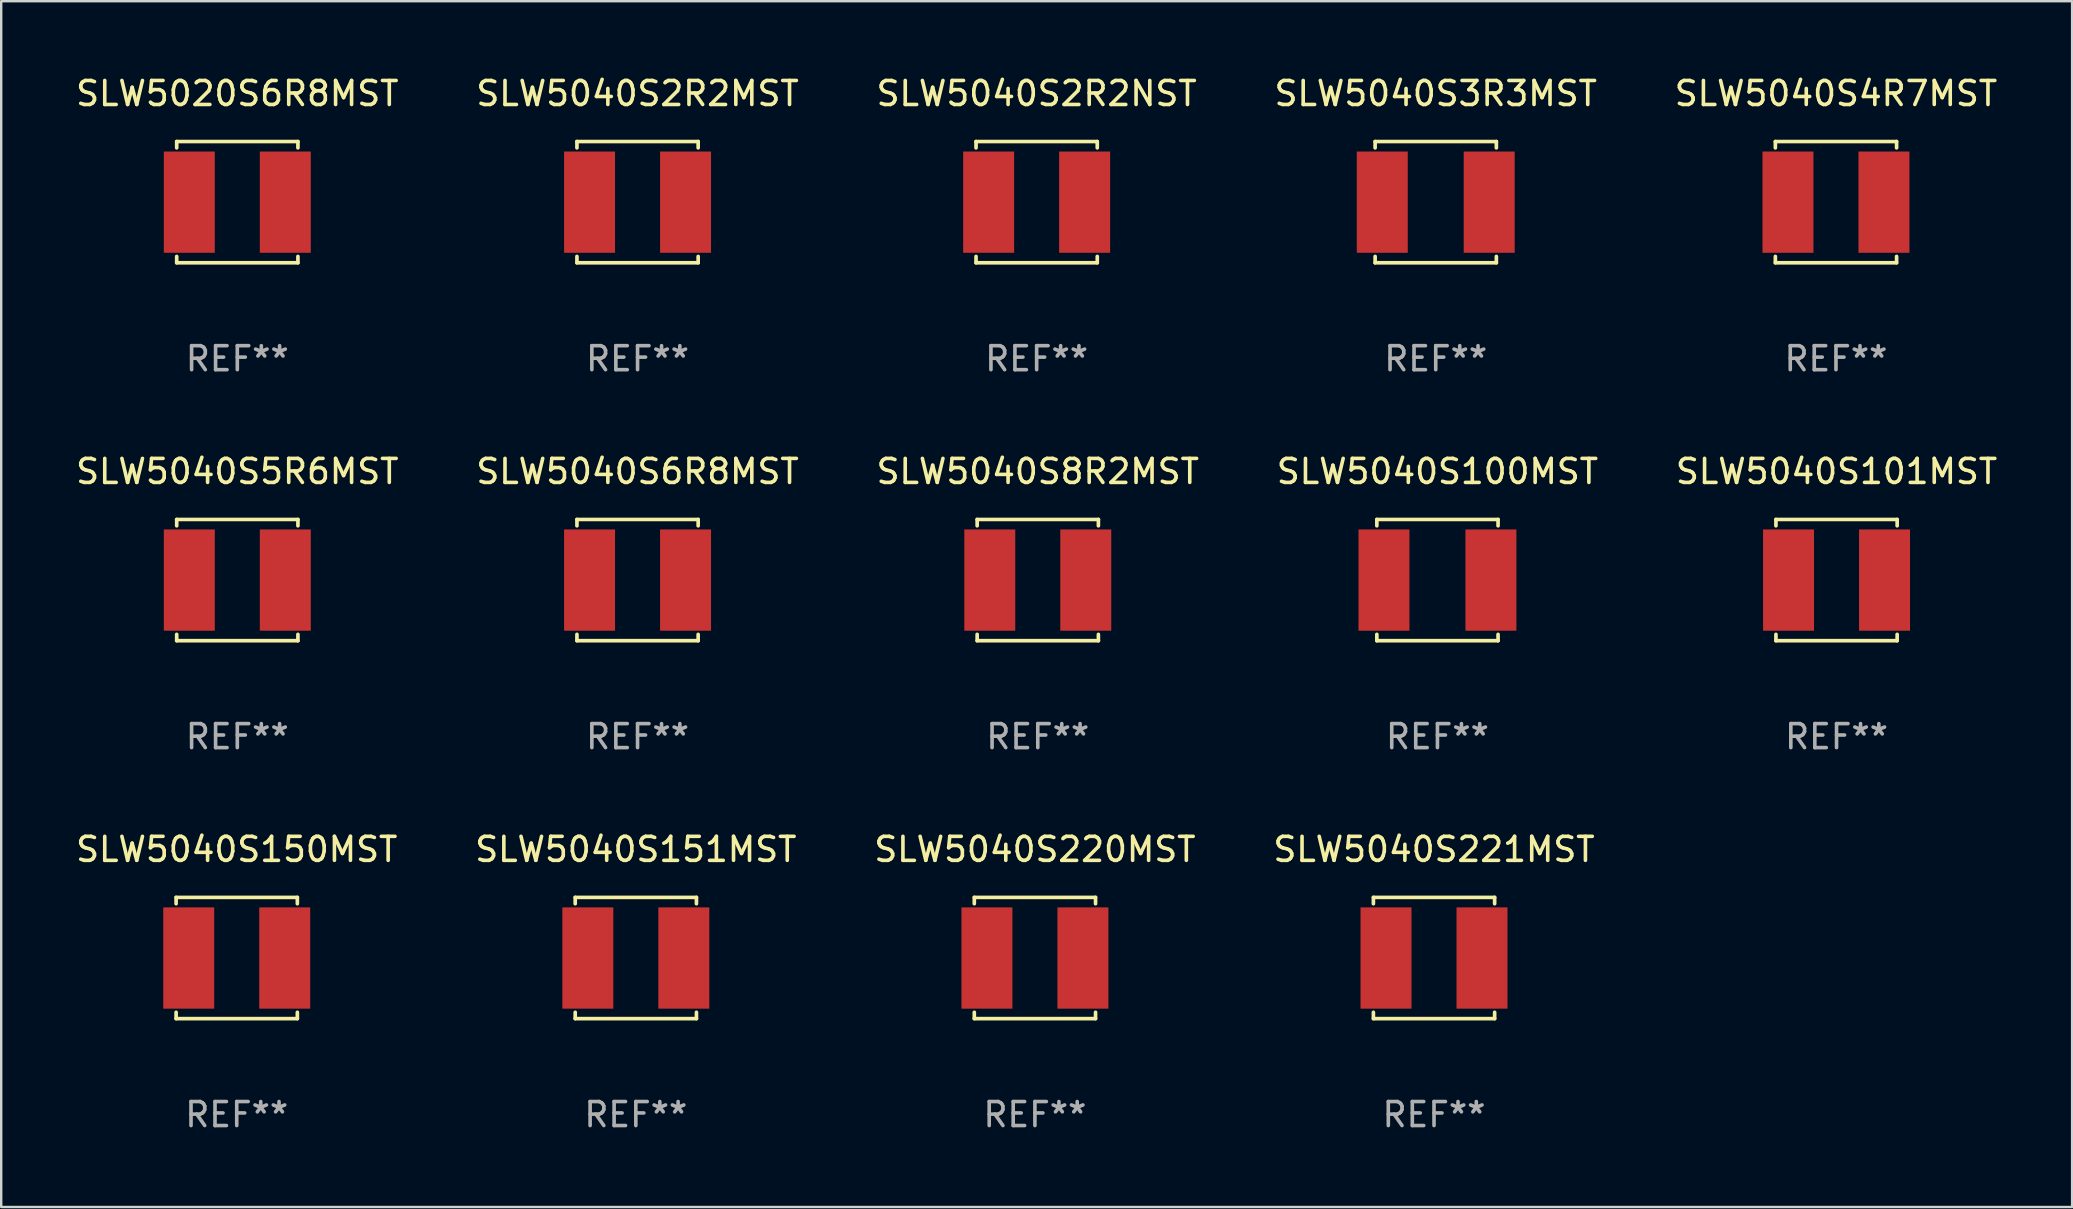
<source format=kicad_pcb>
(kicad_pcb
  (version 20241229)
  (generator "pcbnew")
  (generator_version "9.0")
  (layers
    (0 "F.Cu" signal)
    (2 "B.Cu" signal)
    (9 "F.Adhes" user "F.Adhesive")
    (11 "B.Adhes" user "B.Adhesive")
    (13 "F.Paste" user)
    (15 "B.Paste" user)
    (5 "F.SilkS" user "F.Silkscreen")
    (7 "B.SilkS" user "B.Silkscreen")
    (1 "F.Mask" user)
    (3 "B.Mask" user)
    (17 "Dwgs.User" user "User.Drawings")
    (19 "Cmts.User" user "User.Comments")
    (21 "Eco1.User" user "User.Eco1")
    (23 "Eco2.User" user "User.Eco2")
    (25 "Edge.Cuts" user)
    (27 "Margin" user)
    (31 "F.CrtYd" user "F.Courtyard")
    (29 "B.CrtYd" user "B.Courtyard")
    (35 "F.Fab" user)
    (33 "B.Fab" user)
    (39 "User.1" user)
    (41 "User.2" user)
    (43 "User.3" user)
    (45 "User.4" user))
  (footprint "SLW5040S5R6MST"
    (layer "F.Cu")
    (at 6.839 21.123)
    (property "Reference" "SLW5040S5R6MST" (at 0 -4.526 0) (layer "F.SilkS") (effects (font (size 1 1) (thickness 0.15))))
    (attr through_hole)
    (fp_line (start -2.526 -2.526) (end 2.526 -2.526) (stroke (width 0.152) (type solid)) (layer "F.SilkS"))
    (fp_line (start -2.526 -2.262) (end -2.526 -2.526) (stroke (width 0.152) (type solid)) (layer "F.SilkS"))
    (fp_line (start -2.526 2.262) (end -2.526 2.526) (stroke (width 0.152) (type solid)) (layer "F.SilkS"))
    (fp_line (start -2.526 2.526) (end 2.526 2.526) (stroke (width 0.152) (type solid)) (layer "F.SilkS"))
    (fp_line (start 2.526 -2.526) (end 2.526 -2.262) (stroke (width 0.152) (type solid)) (layer "F.SilkS"))
    (fp_line (start 2.526 2.526) (end 2.526 2.262) (stroke (width 0.152) (type solid)) (layer "F.SilkS"))
    (fp_circle (center 2.5 -2.5) (end 2.53 -2.5) (stroke (width 0.06) (type solid)) (fill no) (layer "F.SilkS"))
    (fp_text user "REF**" (at 0 6.526 0) (layer "F.Fab") (effects (font (size 1 1) (thickness 0.15))))
    (pad "1" smd rect (at 2 0) (size 2.124 4.22) (layers "F.Cu" "F.Mask" "F.Paste"))
    (pad "2" smd rect (at -2 0) (size 2.124 4.22) (layers "F.Cu" "F.Mask" "F.Paste")))
  (footprint "SLW5040S150MST"
    (layer "F.Cu")
    (at 6.815 36.872)
    (property "Reference" "SLW5040S150MST" (at 0 -4.526 0) (layer "F.SilkS") (effects (font (size 1 1) (thickness 0.15))))
    (attr through_hole)
    (fp_line (start -2.526 -2.526) (end 2.526 -2.526) (stroke (width 0.152) (type solid)) (layer "F.SilkS"))
    (fp_line (start -2.526 -2.262) (end -2.526 -2.526) (stroke (width 0.152) (type solid)) (layer "F.SilkS"))
    (fp_line (start -2.526 2.262) (end -2.526 2.526) (stroke (width 0.152) (type solid)) (layer "F.SilkS"))
    (fp_line (start -2.526 2.526) (end 2.526 2.526) (stroke (width 0.152) (type solid)) (layer "F.SilkS"))
    (fp_line (start 2.526 -2.526) (end 2.526 -2.262) (stroke (width 0.152) (type solid)) (layer "F.SilkS"))
    (fp_line (start 2.526 2.526) (end 2.526 2.262) (stroke (width 0.152) (type solid)) (layer "F.SilkS"))
    (fp_circle (center 2.5 -2.5) (end 2.53 -2.5) (stroke (width 0.06) (type solid)) (fill no) (layer "F.SilkS"))
    (fp_text user "REF**" (at 0 6.526 0) (layer "F.Fab") (effects (font (size 1 1) (thickness 0.15))))
    (pad "1" smd rect (at 2 0) (size 2.124 4.22) (layers "F.Cu" "F.Mask" "F.Paste"))
    (pad "2" smd rect (at -2 0) (size 2.124 4.22) (layers "F.Cu" "F.Mask" "F.Paste")))
  (footprint "SLW5040S3R3MST"
    (layer "F.Cu")
    (at 56.78 5.374)
    (property "Reference" "SLW5040S3R3MST" (at 0 -4.526 0) (layer "F.SilkS") (effects (font (size 1 1) (thickness 0.15))))
    (attr through_hole)
    (fp_line (start -2.526 -2.526) (end 2.526 -2.526) (stroke (width 0.152) (type solid)) (layer "F.SilkS"))
    (fp_line (start -2.526 -2.262) (end -2.526 -2.526) (stroke (width 0.152) (type solid)) (layer "F.SilkS"))
    (fp_line (start -2.526 2.262) (end -2.526 2.526) (stroke (width 0.152) (type solid)) (layer "F.SilkS"))
    (fp_line (start -2.526 2.526) (end 2.526 2.526) (stroke (width 0.152) (type solid)) (layer "F.SilkS"))
    (fp_line (start 2.526 -2.526) (end 2.526 -2.262) (stroke (width 0.152) (type solid)) (layer "F.SilkS"))
    (fp_line (start 2.526 2.526) (end 2.526 2.262) (stroke (width 0.152) (type solid)) (layer "F.SilkS"))
    (fp_circle (center 2.5 -2.5) (end 2.53 -2.5) (stroke (width 0.06) (type solid)) (fill no) (layer "F.SilkS"))
    (fp_text user "REF**" (at 0 6.526 0) (layer "F.Fab") (effects (font (size 1 1) (thickness 0.15))))
    (pad "1" smd rect (at 2.228 0) (size 2.124 4.22) (layers "F.Cu" "F.Mask" "F.Paste"))
    (pad "2" smd rect (at -2.228 0) (size 2.124 4.22) (layers "F.Cu" "F.Mask" "F.Paste")))
  (footprint "SLW5040S2R2MST"
    (layer "F.Cu")
    (at 23.518 5.374)
    (property "Reference" "SLW5040S2R2MST" (at 0 -4.526 0) (layer "F.SilkS") (effects (font (size 1 1) (thickness 0.15))))
    (attr through_hole)
    (fp_line (start -2.526 -2.526) (end 2.526 -2.526) (stroke (width 0.152) (type solid)) (layer "F.SilkS"))
    (fp_line (start -2.526 -2.262) (end -2.526 -2.526) (stroke (width 0.152) (type solid)) (layer "F.SilkS"))
    (fp_line (start -2.526 2.262) (end -2.526 2.526) (stroke (width 0.152) (type solid)) (layer "F.SilkS"))
    (fp_line (start -2.526 2.526) (end 2.526 2.526) (stroke (width 0.152) (type solid)) (layer "F.SilkS"))
    (fp_line (start 2.526 -2.526) (end 2.526 -2.262) (stroke (width 0.152) (type solid)) (layer "F.SilkS"))
    (fp_line (start 2.526 2.526) (end 2.526 2.262) (stroke (width 0.152) (type solid)) (layer "F.SilkS"))
    (fp_circle (center 2.5 -2.5) (end 2.53 -2.5) (stroke (width 0.06) (type solid)) (fill no) (layer "F.SilkS"))
    (fp_text user "REF**" (at 0 6.526 0) (layer "F.Fab") (effects (font (size 1 1) (thickness 0.15))))
    (pad "1" smd rect (at 2 0) (size 2.124 4.22) (layers "F.Cu" "F.Mask" "F.Paste"))
    (pad "2" smd rect (at -2 0) (size 2.124 4.22) (layers "F.Cu" "F.Mask" "F.Paste")))
  (footprint "SLW5040S101MST"
    (layer "F.Cu")
    (at 73.482 21.123)
    (property "Reference" "SLW5040S101MST" (at 0 -4.526 0) (layer "F.SilkS") (effects (font (size 1 1) (thickness 0.15))))
    (attr through_hole)
    (fp_line (start -2.526 -2.526) (end 2.526 -2.526) (stroke (width 0.152) (type solid)) (layer "F.SilkS"))
    (fp_line (start -2.526 -2.262) (end -2.526 -2.526) (stroke (width 0.152) (type solid)) (layer "F.SilkS"))
    (fp_line (start -2.526 2.262) (end -2.526 2.526) (stroke (width 0.152) (type solid)) (layer "F.SilkS"))
    (fp_line (start -2.526 2.526) (end 2.526 2.526) (stroke (width 0.152) (type solid)) (layer "F.SilkS"))
    (fp_line (start 2.526 -2.526) (end 2.526 -2.262) (stroke (width 0.152) (type solid)) (layer "F.SilkS"))
    (fp_line (start 2.526 2.526) (end 2.526 2.262) (stroke (width 0.152) (type solid)) (layer "F.SilkS"))
    (fp_circle (center 2.5 -2.5) (end 2.53 -2.5) (stroke (width 0.06) (type solid)) (fill no) (layer "F.SilkS"))
    (fp_text user "REF**" (at 0 6.526 0) (layer "F.Fab") (effects (font (size 1 1) (thickness 0.15))))
    (pad "1" smd rect (at 2 0) (size 2.124 4.22) (layers "F.Cu" "F.Mask" "F.Paste"))
    (pad "2" smd rect (at -2 0) (size 2.124 4.22) (layers "F.Cu" "F.Mask" "F.Paste")))
  (footprint "SLW5040S6R8MST"
    (layer "F.Cu")
    (at 23.518 21.123)
    (property "Reference" "SLW5040S6R8MST" (at 0 -4.526 0) (layer "F.SilkS") (effects (font (size 1 1) (thickness 0.15))))
    (attr through_hole)
    (fp_line (start -2.526 -2.526) (end 2.526 -2.526) (stroke (width 0.152) (type solid)) (layer "F.SilkS"))
    (fp_line (start -2.526 -2.262) (end -2.526 -2.526) (stroke (width 0.152) (type solid)) (layer "F.SilkS"))
    (fp_line (start -2.526 2.262) (end -2.526 2.526) (stroke (width 0.152) (type solid)) (layer "F.SilkS"))
    (fp_line (start -2.526 2.526) (end 2.526 2.526) (stroke (width 0.152) (type solid)) (layer "F.SilkS"))
    (fp_line (start 2.526 -2.526) (end 2.526 -2.262) (stroke (width 0.152) (type solid)) (layer "F.SilkS"))
    (fp_line (start 2.526 2.526) (end 2.526 2.262) (stroke (width 0.152) (type solid)) (layer "F.SilkS"))
    (fp_circle (center 2.5 -2.5) (end 2.53 -2.5) (stroke (width 0.06) (type solid)) (fill no) (layer "F.SilkS"))
    (fp_text user "REF**" (at 0 6.526 0) (layer "F.Fab") (effects (font (size 1 1) (thickness 0.15))))
    (pad "1" smd rect (at 2 0) (size 2.124 4.22) (layers "F.Cu" "F.Mask" "F.Paste"))
    (pad "2" smd rect (at -2 0) (size 2.124 4.22) (layers "F.Cu" "F.Mask" "F.Paste")))
  (footprint "SLW5040S4R7MST"
    (layer "F.Cu")
    (at 73.458 5.374)
    (property "Reference" "SLW5040S4R7MST" (at 0 -4.526 0) (layer "F.SilkS") (effects (font (size 1 1) (thickness 0.15))))
    (attr through_hole)
    (fp_line (start -2.526 -2.526) (end 2.526 -2.526) (stroke (width 0.152) (type solid)) (layer "F.SilkS"))
    (fp_line (start -2.526 -2.262) (end -2.526 -2.526) (stroke (width 0.152) (type solid)) (layer "F.SilkS"))
    (fp_line (start -2.526 2.262) (end -2.526 2.526) (stroke (width 0.152) (type solid)) (layer "F.SilkS"))
    (fp_line (start -2.526 2.526) (end 2.526 2.526) (stroke (width 0.152) (type solid)) (layer "F.SilkS"))
    (fp_line (start 2.526 -2.526) (end 2.526 -2.262) (stroke (width 0.152) (type solid)) (layer "F.SilkS"))
    (fp_line (start 2.526 2.526) (end 2.526 2.262) (stroke (width 0.152) (type solid)) (layer "F.SilkS"))
    (fp_circle (center 2.5 -2.5) (end 2.53 -2.5) (stroke (width 0.06) (type solid)) (fill no) (layer "F.SilkS"))
    (fp_text user "REF**" (at 0 6.526 0) (layer "F.Fab") (effects (font (size 1 1) (thickness 0.15))))
    (pad "1" smd rect (at 2 0) (size 2.124 4.22) (layers "F.Cu" "F.Mask" "F.Paste"))
    (pad "2" smd rect (at -2 0) (size 2.124 4.22) (layers "F.Cu" "F.Mask" "F.Paste")))
  (footprint "SLW5040S221MST"
    (layer "F.Cu")
    (at 56.708 36.872)
    (property "Reference" "SLW5040S221MST" (at 0 -4.526 0) (layer "F.SilkS") (effects (font (size 1 1) (thickness 0.15))))
    (attr through_hole)
    (fp_line (start -2.526 -2.526) (end 2.526 -2.526) (stroke (width 0.152) (type solid)) (layer "F.SilkS"))
    (fp_line (start -2.526 -2.262) (end -2.526 -2.526) (stroke (width 0.152) (type solid)) (layer "F.SilkS"))
    (fp_line (start -2.526 2.262) (end -2.526 2.526) (stroke (width 0.152) (type solid)) (layer "F.SilkS"))
    (fp_line (start -2.526 2.526) (end 2.526 2.526) (stroke (width 0.152) (type solid)) (layer "F.SilkS"))
    (fp_line (start 2.526 -2.526) (end 2.526 -2.262) (stroke (width 0.152) (type solid)) (layer "F.SilkS"))
    (fp_line (start 2.526 2.526) (end 2.526 2.262) (stroke (width 0.152) (type solid)) (layer "F.SilkS"))
    (fp_circle (center 2.5 -2.5) (end 2.53 -2.5) (stroke (width 0.06) (type solid)) (fill no) (layer "F.SilkS"))
    (fp_text user "REF**" (at 0 6.526 0) (layer "F.Fab") (effects (font (size 1 1) (thickness 0.15))))
    (pad "1" smd rect (at 2 0) (size 2.124 4.22) (layers "F.Cu" "F.Mask" "F.Paste"))
    (pad "2" smd rect (at -2 0) (size 2.124 4.22) (layers "F.Cu" "F.Mask" "F.Paste")))
  (footprint "SLW5020S6R8MST"
    (layer "F.Cu")
    (at 6.839 5.374)
    (property "Reference" "SLW5020S6R8MST" (at 0 -4.526 0) (layer "F.SilkS") (effects (font (size 1 1) (thickness 0.15))))
    (attr through_hole)
    (fp_line (start -2.526 -2.526) (end 2.526 -2.526) (stroke (width 0.152) (type solid)) (layer "F.SilkS"))
    (fp_line (start -2.526 -2.262) (end -2.526 -2.526) (stroke (width 0.152) (type solid)) (layer "F.SilkS"))
    (fp_line (start -2.526 2.262) (end -2.526 2.526) (stroke (width 0.152) (type solid)) (layer "F.SilkS"))
    (fp_line (start -2.526 2.526) (end 2.526 2.526) (stroke (width 0.152) (type solid)) (layer "F.SilkS"))
    (fp_line (start 2.526 -2.526) (end 2.526 -2.262) (stroke (width 0.152) (type solid)) (layer "F.SilkS"))
    (fp_line (start 2.526 2.526) (end 2.526 2.262) (stroke (width 0.152) (type solid)) (layer "F.SilkS"))
    (fp_circle (center 2.5 -2.5) (end 2.53 -2.5) (stroke (width 0.06) (type solid)) (fill no) (layer "F.SilkS"))
    (fp_text user "REF**" (at 0 6.526 0) (layer "F.Fab") (effects (font (size 1 1) (thickness 0.15))))
    (pad "1" smd rect (at 2 0) (size 2.124 4.22) (layers "F.Cu" "F.Mask" "F.Paste"))
    (pad "2" smd rect (at -2 0) (size 2.124 4.22) (layers "F.Cu" "F.Mask" "F.Paste")))
  (footprint "SLW5040S220MST"
    (layer "F.Cu")
    (at 40.077 36.872)
    (property "Reference" "SLW5040S220MST" (at 0 -4.526 0) (layer "F.SilkS") (effects (font (size 1 1) (thickness 0.15))))
    (attr through_hole)
    (fp_line (start -2.526 -2.526) (end 2.526 -2.526) (stroke (width 0.152) (type solid)) (layer "F.SilkS"))
    (fp_line (start -2.526 -2.262) (end -2.526 -2.526) (stroke (width 0.152) (type solid)) (layer "F.SilkS"))
    (fp_line (start -2.526 2.262) (end -2.526 2.526) (stroke (width 0.152) (type solid)) (layer "F.SilkS"))
    (fp_line (start -2.526 2.526) (end 2.526 2.526) (stroke (width 0.152) (type solid)) (layer "F.SilkS"))
    (fp_line (start 2.526 -2.526) (end 2.526 -2.262) (stroke (width 0.152) (type solid)) (layer "F.SilkS"))
    (fp_line (start 2.526 2.526) (end 2.526 2.262) (stroke (width 0.152) (type solid)) (layer "F.SilkS"))
    (fp_circle (center 2.5 -2.5) (end 2.53 -2.5) (stroke (width 0.06) (type solid)) (fill no) (layer "F.SilkS"))
    (fp_text user "REF**" (at 0 6.526 0) (layer "F.Fab") (effects (font (size 1 1) (thickness 0.15))))
    (pad "1" smd rect (at 2 0) (size 2.124 4.22) (layers "F.Cu" "F.Mask" "F.Paste"))
    (pad "2" smd rect (at -2 0) (size 2.124 4.22) (layers "F.Cu" "F.Mask" "F.Paste")))
  (footprint "SLW5040S151MST"
    (layer "F.Cu")
    (at 23.446 36.872)
    (property "Reference" "SLW5040S151MST" (at 0 -4.526 0) (layer "F.SilkS") (effects (font (size 1 1) (thickness 0.15))))
    (attr through_hole)
    (fp_line (start -2.526 -2.526) (end 2.526 -2.526) (stroke (width 0.152) (type solid)) (layer "F.SilkS"))
    (fp_line (start -2.526 -2.262) (end -2.526 -2.526) (stroke (width 0.152) (type solid)) (layer "F.SilkS"))
    (fp_line (start -2.526 2.262) (end -2.526 2.526) (stroke (width 0.152) (type solid)) (layer "F.SilkS"))
    (fp_line (start -2.526 2.526) (end 2.526 2.526) (stroke (width 0.152) (type solid)) (layer "F.SilkS"))
    (fp_line (start 2.526 -2.526) (end 2.526 -2.262) (stroke (width 0.152) (type solid)) (layer "F.SilkS"))
    (fp_line (start 2.526 2.526) (end 2.526 2.262) (stroke (width 0.152) (type solid)) (layer "F.SilkS"))
    (fp_circle (center 2.5 -2.5) (end 2.53 -2.5) (stroke (width 0.06) (type solid)) (fill no) (layer "F.SilkS"))
    (fp_text user "REF**" (at 0 6.526 0) (layer "F.Fab") (effects (font (size 1 1) (thickness 0.15))))
    (pad "1" smd rect (at 2 0) (size 2.124 4.22) (layers "F.Cu" "F.Mask" "F.Paste"))
    (pad "2" smd rect (at -2 0) (size 2.124 4.22) (layers "F.Cu" "F.Mask" "F.Paste")))
  (footprint "SLW5040S2R2NST"
    (layer "F.Cu")
    (at 40.149 5.374)
    (property "Reference" "SLW5040S2R2NST" (at 0 -4.526 0) (layer "F.SilkS") (effects (font (size 1 1) (thickness 0.15))))
    (attr through_hole)
    (fp_line (start -2.526 -2.526) (end 2.526 -2.526) (stroke (width 0.152) (type solid)) (layer "F.SilkS"))
    (fp_line (start -2.526 -2.262) (end -2.526 -2.526) (stroke (width 0.152) (type solid)) (layer "F.SilkS"))
    (fp_line (start -2.526 2.262) (end -2.526 2.526) (stroke (width 0.152) (type solid)) (layer "F.SilkS"))
    (fp_line (start -2.526 2.526) (end 2.526 2.526) (stroke (width 0.152) (type solid)) (layer "F.SilkS"))
    (fp_line (start 2.526 -2.526) (end 2.526 -2.262) (stroke (width 0.152) (type solid)) (layer "F.SilkS"))
    (fp_line (start 2.526 2.526) (end 2.526 2.262) (stroke (width 0.152) (type solid)) (layer "F.SilkS"))
    (fp_circle (center 2.5 -2.5) (end 2.53 -2.5) (stroke (width 0.06) (type solid)) (fill no) (layer "F.SilkS"))
    (fp_text user "REF**" (at 0 6.526 0) (layer "F.Fab") (effects (font (size 1 1) (thickness 0.15))))
    (pad "1" smd rect (at 2 0) (size 2.124 4.22) (layers "F.Cu" "F.Mask" "F.Paste"))
    (pad "2" smd rect (at -2 0) (size 2.124 4.22) (layers "F.Cu" "F.Mask" "F.Paste")))
  (footprint "SLW5040S100MST"
    (layer "F.Cu")
    (at 56.851 21.123)
    (property "Reference" "SLW5040S100MST" (at 0 -4.526 0) (layer "F.SilkS") (effects (font (size 1 1) (thickness 0.15))))
    (attr through_hole)
    (fp_line (start -2.526 -2.526) (end 2.526 -2.526) (stroke (width 0.152) (type solid)) (layer "F.SilkS"))
    (fp_line (start -2.526 -2.262) (end -2.526 -2.526) (stroke (width 0.152) (type solid)) (layer "F.SilkS"))
    (fp_line (start -2.526 2.262) (end -2.526 2.526) (stroke (width 0.152) (type solid)) (layer "F.SilkS"))
    (fp_line (start -2.526 2.526) (end 2.526 2.526) (stroke (width 0.152) (type solid)) (layer "F.SilkS"))
    (fp_line (start 2.526 -2.526) (end 2.526 -2.262) (stroke (width 0.152) (type solid)) (layer "F.SilkS"))
    (fp_line (start 2.526 2.526) (end 2.526 2.262) (stroke (width 0.152) (type solid)) (layer "F.SilkS"))
    (fp_circle (center 2.5 -2.5) (end 2.53 -2.5) (stroke (width 0.06) (type solid)) (fill no) (layer "F.SilkS"))
    (fp_text user "REF**" (at 0 6.526 0) (layer "F.Fab") (effects (font (size 1 1) (thickness 0.15))))
    (pad "1" smd rect (at 2.228 0) (size 2.124 4.22) (layers "F.Cu" "F.Mask" "F.Paste"))
    (pad "2" smd rect (at -2.228 0) (size 2.124 4.22) (layers "F.Cu" "F.Mask" "F.Paste")))
  (footprint "SLW5040S8R2MST"
    (layer "F.Cu")
    (at 40.196 21.123)
    (property "Reference" "SLW5040S8R2MST" (at 0 -4.526 0) (layer "F.SilkS") (effects (font (size 1 1) (thickness 0.15))))
    (attr through_hole)
    (fp_line (start -2.526 -2.526) (end 2.526 -2.526) (stroke (width 0.152) (type solid)) (layer "F.SilkS"))
    (fp_line (start -2.526 -2.262) (end -2.526 -2.526) (stroke (width 0.152) (type solid)) (layer "F.SilkS"))
    (fp_line (start -2.526 2.262) (end -2.526 2.526) (stroke (width 0.152) (type solid)) (layer "F.SilkS"))
    (fp_line (start -2.526 2.526) (end 2.526 2.526) (stroke (width 0.152) (type solid)) (layer "F.SilkS"))
    (fp_line (start 2.526 -2.526) (end 2.526 -2.262) (stroke (width 0.152) (type solid)) (layer "F.SilkS"))
    (fp_line (start 2.526 2.526) (end 2.526 2.262) (stroke (width 0.152) (type solid)) (layer "F.SilkS"))
    (fp_circle (center 2.5 -2.5) (end 2.53 -2.5) (stroke (width 0.06) (type solid)) (fill no) (layer "F.SilkS"))
    (fp_text user "REF**" (at 0 6.526 0) (layer "F.Fab") (effects (font (size 1 1) (thickness 0.15))))
    (pad "1" smd rect (at 2 0) (size 2.124 4.22) (layers "F.Cu" "F.Mask" "F.Paste"))
    (pad "2" smd rect (at -2 0) (size 2.124 4.22) (layers "F.Cu" "F.Mask" "F.Paste")))
  (gr_rect
    (start -3 -3)
    (end 83.298 47.247)
    (stroke (width 0.1) (type default))
    (fill no)
    (layer "Edge.Cuts")))
</source>
